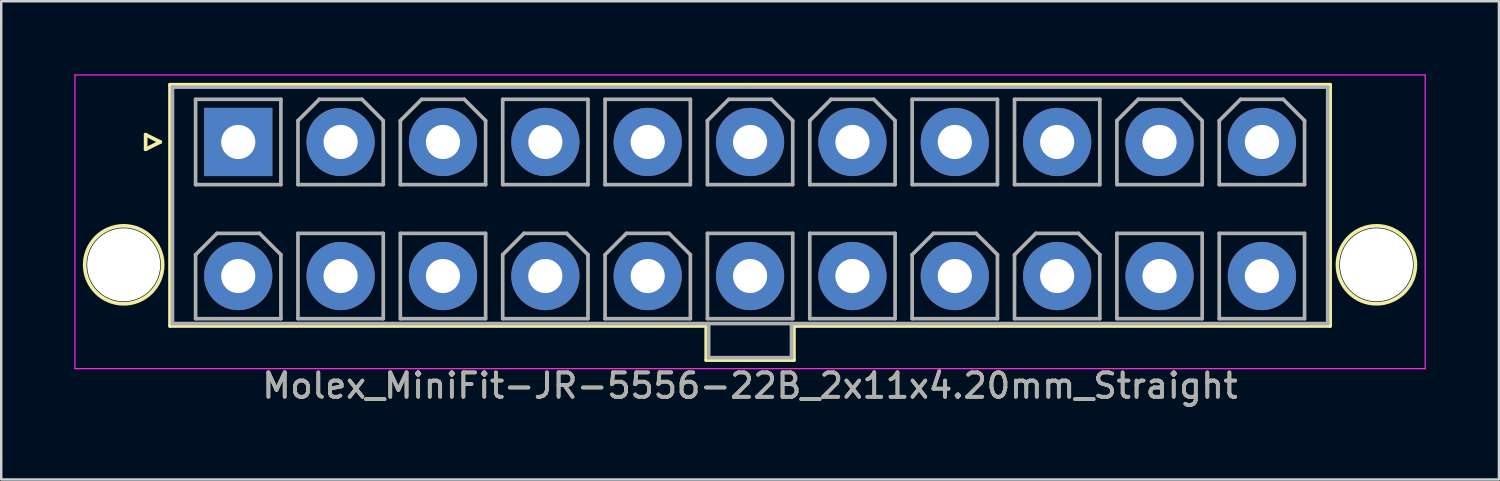
<source format=kicad_pcb>
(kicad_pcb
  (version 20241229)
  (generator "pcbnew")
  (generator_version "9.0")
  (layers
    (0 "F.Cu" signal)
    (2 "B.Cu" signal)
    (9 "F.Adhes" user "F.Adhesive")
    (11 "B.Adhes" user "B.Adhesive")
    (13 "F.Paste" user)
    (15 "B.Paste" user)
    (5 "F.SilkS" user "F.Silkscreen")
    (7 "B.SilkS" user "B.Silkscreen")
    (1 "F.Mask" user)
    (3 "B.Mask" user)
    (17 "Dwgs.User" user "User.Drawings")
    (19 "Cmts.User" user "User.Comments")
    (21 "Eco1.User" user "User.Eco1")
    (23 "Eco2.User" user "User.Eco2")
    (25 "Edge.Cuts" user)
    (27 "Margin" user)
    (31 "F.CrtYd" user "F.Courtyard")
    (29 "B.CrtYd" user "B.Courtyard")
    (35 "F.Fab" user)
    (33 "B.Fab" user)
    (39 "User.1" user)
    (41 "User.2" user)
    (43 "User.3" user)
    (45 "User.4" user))
  (footprint "Molex_MiniFit-JR-5556-22B_2x11x4.20mm_Straight"
    (layer "F.Cu")
    (at 6.725 2.775)
    (property "Reference" "Molex_MiniFit-JR-5556-22B_2x11x4.20mm_Straight" (at 21 10 0) (layer "F.SilkS") (effects (font (size 1 1) (thickness 0.15))))
    (attr through_hole)
    (fp_line (start -3.8 -0.3) (end -3.2 0) (stroke (width 0.15) (type solid)) (layer "F.SilkS"))
    (fp_line (start -3.8 0.3) (end -3.8 -0.3) (stroke (width 0.15) (type solid)) (layer "F.SilkS"))
    (fp_line (start -3.2 0) (end -3.8 0.3) (stroke (width 0.15) (type solid)) (layer "F.SilkS"))
    (fp_line (start -2.8 -2.35) (end -2.8 7.55) (stroke (width 0.15) (type solid)) (layer "F.SilkS"))
    (fp_line (start -2.8 7.55) (end 19.2 7.55) (stroke (width 0.15) (type solid)) (layer "F.SilkS"))
    (fp_line (start 19.2 7.55) (end 19.2 8.95) (stroke (width 0.15) (type solid)) (layer "F.SilkS"))
    (fp_line (start 19.2 8.95) (end 21 8.95) (stroke (width 0.15) (type solid)) (layer "F.SilkS"))
    (fp_line (start 21 -2.35) (end -2.8 -2.35) (stroke (width 0.15) (type solid)) (layer "F.SilkS"))
    (fp_line (start 21 -2.35) (end 44.8 -2.35) (stroke (width 0.15) (type solid)) (layer "F.SilkS"))
    (fp_line (start 22.8 7.55) (end 22.8 8.95) (stroke (width 0.15) (type solid)) (layer "F.SilkS"))
    (fp_line (start 22.8 8.95) (end 21 8.95) (stroke (width 0.15) (type solid)) (layer "F.SilkS"))
    (fp_line (start 44.8 -2.35) (end 44.8 7.55) (stroke (width 0.15) (type solid)) (layer "F.SilkS"))
    (fp_line (start 44.8 7.55) (end 22.8 7.55) (stroke (width 0.15) (type solid)) (layer "F.SilkS"))
    (fp_circle (center -4.7 5.04) (end -3.1 5.04) (stroke (width 0.15) (type solid)) (fill no) (layer "F.SilkS"))
    (fp_circle (center 46.7 5.04) (end 48.3 5.04) (stroke (width 0.15) (type solid)) (fill no) (layer "F.SilkS"))
    (fp_line (start -6.7 -2.75) (end -6.7 9.3) (stroke (width 0.05) (type solid)) (layer "F.CrtYd"))
    (fp_line (start -6.7 9.3) (end 48.7 9.3) (stroke (width 0.05) (type solid)) (layer "F.CrtYd"))
    (fp_line (start 48.7 -2.75) (end -6.7 -2.75) (stroke (width 0.05) (type solid)) (layer "F.CrtYd"))
    (fp_line (start 48.7 9.3) (end 48.7 -2.75) (stroke (width 0.05) (type solid)) (layer "F.CrtYd"))
    (fp_line (start -2.7 -2.25) (end -2.7 7.45) (stroke (width 0.15) (type solid)) (layer "F.Fab"))
    (fp_line (start -2.7 7.45) (end 44.7 7.45) (stroke (width 0.15) (type solid)) (layer "F.Fab"))
    (fp_line (start -1.75 -1.75) (end -1.75 1.75) (stroke (width 0.15) (type solid)) (layer "F.Fab"))
    (fp_line (start -1.75 1.75) (end 1.75 1.75) (stroke (width 0.15) (type solid)) (layer "F.Fab"))
    (fp_line (start -1.75 4.625) (end -0.875 3.75) (stroke (width 0.15) (type solid)) (layer "F.Fab"))
    (fp_line (start -1.75 7.25) (end -1.75 4.625) (stroke (width 0.15) (type solid)) (layer "F.Fab"))
    (fp_line (start -0.875 3.75) (end 0.875 3.75) (stroke (width 0.15) (type solid)) (layer "F.Fab"))
    (fp_line (start 0.875 3.75) (end 1.75 4.625) (stroke (width 0.15) (type solid)) (layer "F.Fab"))
    (fp_line (start 1.75 -1.75) (end -1.75 -1.75) (stroke (width 0.15) (type solid)) (layer "F.Fab"))
    (fp_line (start 1.75 1.75) (end 1.75 -1.75) (stroke (width 0.15) (type solid)) (layer "F.Fab"))
    (fp_line (start 1.75 4.625) (end 1.75 7.25) (stroke (width 0.15) (type solid)) (layer "F.Fab"))
    (fp_line (start 1.75 7.25) (end -1.75 7.25) (stroke (width 0.15) (type solid)) (layer "F.Fab"))
    (fp_line (start 2.45 -0.875) (end 3.325 -1.75) (stroke (width 0.15) (type solid)) (layer "F.Fab"))
    (fp_line (start 2.45 1.75) (end 2.45 -0.875) (stroke (width 0.15) (type solid)) (layer "F.Fab"))
    (fp_line (start 2.45 3.75) (end 2.45 7.25) (stroke (width 0.15) (type solid)) (layer "F.Fab"))
    (fp_line (start 2.45 7.25) (end 5.95 7.25) (stroke (width 0.15) (type solid)) (layer "F.Fab"))
    (fp_line (start 3.325 -1.75) (end 5.075 -1.75) (stroke (width 0.15) (type solid)) (layer "F.Fab"))
    (fp_line (start 5.075 -1.75) (end 5.95 -0.875) (stroke (width 0.15) (type solid)) (layer "F.Fab"))
    (fp_line (start 5.95 -0.875) (end 5.95 1.75) (stroke (width 0.15) (type solid)) (layer "F.Fab"))
    (fp_line (start 5.95 1.75) (end 2.45 1.75) (stroke (width 0.15) (type solid)) (layer "F.Fab"))
    (fp_line (start 5.95 3.75) (end 2.45 3.75) (stroke (width 0.15) (type solid)) (layer "F.Fab"))
    (fp_line (start 5.95 7.25) (end 5.95 3.75) (stroke (width 0.15) (type solid)) (layer "F.Fab"))
    (fp_line (start 6.65 -0.875) (end 7.525 -1.75) (stroke (width 0.15) (type solid)) (layer "F.Fab"))
    (fp_line (start 6.65 1.75) (end 6.65 -0.875) (stroke (width 0.15) (type solid)) (layer "F.Fab"))
    (fp_line (start 6.65 3.75) (end 6.65 7.25) (stroke (width 0.15) (type solid)) (layer "F.Fab"))
    (fp_line (start 6.65 7.25) (end 10.15 7.25) (stroke (width 0.15) (type solid)) (layer "F.Fab"))
    (fp_line (start 7.525 -1.75) (end 9.275 -1.75) (stroke (width 0.15) (type solid)) (layer "F.Fab"))
    (fp_line (start 9.275 -1.75) (end 10.15 -0.875) (stroke (width 0.15) (type solid)) (layer "F.Fab"))
    (fp_line (start 10.15 -0.875) (end 10.15 1.75) (stroke (width 0.15) (type solid)) (layer "F.Fab"))
    (fp_line (start 10.15 1.75) (end 6.65 1.75) (stroke (width 0.15) (type solid)) (layer "F.Fab"))
    (fp_line (start 10.15 3.75) (end 6.65 3.75) (stroke (width 0.15) (type solid)) (layer "F.Fab"))
    (fp_line (start 10.15 7.25) (end 10.15 3.75) (stroke (width 0.15) (type solid)) (layer "F.Fab"))
    (fp_line (start 10.85 -1.75) (end 10.85 1.75) (stroke (width 0.15) (type solid)) (layer "F.Fab"))
    (fp_line (start 10.85 1.75) (end 14.35 1.75) (stroke (width 0.15) (type solid)) (layer "F.Fab"))
    (fp_line (start 10.85 4.625) (end 11.725 3.75) (stroke (width 0.15) (type solid)) (layer "F.Fab"))
    (fp_line (start 10.85 7.25) (end 10.85 4.625) (stroke (width 0.15) (type solid)) (layer "F.Fab"))
    (fp_line (start 11.725 3.75) (end 13.475 3.75) (stroke (width 0.15) (type solid)) (layer "F.Fab"))
    (fp_line (start 13.475 3.75) (end 14.35 4.625) (stroke (width 0.15) (type solid)) (layer "F.Fab"))
    (fp_line (start 14.35 -1.75) (end 10.85 -1.75) (stroke (width 0.15) (type solid)) (layer "F.Fab"))
    (fp_line (start 14.35 1.75) (end 14.35 -1.75) (stroke (width 0.15) (type solid)) (layer "F.Fab"))
    (fp_line (start 14.35 4.625) (end 14.35 7.25) (stroke (width 0.15) (type solid)) (layer "F.Fab"))
    (fp_line (start 14.35 7.25) (end 10.85 7.25) (stroke (width 0.15) (type solid)) (layer "F.Fab"))
    (fp_line (start 15.05 -1.75) (end 15.05 1.75) (stroke (width 0.15) (type solid)) (layer "F.Fab"))
    (fp_line (start 15.05 1.75) (end 18.55 1.75) (stroke (width 0.15) (type solid)) (layer "F.Fab"))
    (fp_line (start 15.05 4.625) (end 15.925 3.75) (stroke (width 0.15) (type solid)) (layer "F.Fab"))
    (fp_line (start 15.05 7.25) (end 15.05 4.625) (stroke (width 0.15) (type solid)) (layer "F.Fab"))
    (fp_line (start 15.925 3.75) (end 17.675 3.75) (stroke (width 0.15) (type solid)) (layer "F.Fab"))
    (fp_line (start 17.675 3.75) (end 18.55 4.625) (stroke (width 0.15) (type solid)) (layer "F.Fab"))
    (fp_line (start 18.55 -1.75) (end 15.05 -1.75) (stroke (width 0.15) (type solid)) (layer "F.Fab"))
    (fp_line (start 18.55 1.75) (end 18.55 -1.75) (stroke (width 0.15) (type solid)) (layer "F.Fab"))
    (fp_line (start 18.55 4.625) (end 18.55 7.25) (stroke (width 0.15) (type solid)) (layer "F.Fab"))
    (fp_line (start 18.55 7.25) (end 15.05 7.25) (stroke (width 0.15) (type solid)) (layer "F.Fab"))
    (fp_line (start 19.25 -0.875) (end 20.125 -1.75) (stroke (width 0.15) (type solid)) (layer "F.Fab"))
    (fp_line (start 19.25 1.75) (end 19.25 -0.875) (stroke (width 0.15) (type solid)) (layer "F.Fab"))
    (fp_line (start 19.25 3.75) (end 19.25 7.25) (stroke (width 0.15) (type solid)) (layer "F.Fab"))
    (fp_line (start 19.25 7.25) (end 22.75 7.25) (stroke (width 0.15) (type solid)) (layer "F.Fab"))
    (fp_line (start 19.3 7.45) (end 19.3 8.85) (stroke (width 0.15) (type solid)) (layer "F.Fab"))
    (fp_line (start 19.3 8.85) (end 22.7 8.85) (stroke (width 0.15) (type solid)) (layer "F.Fab"))
    (fp_line (start 20.125 -1.75) (end 21.875 -1.75) (stroke (width 0.15) (type solid)) (layer "F.Fab"))
    (fp_line (start 21.875 -1.75) (end 22.75 -0.875) (stroke (width 0.15) (type solid)) (layer "F.Fab"))
    (fp_line (start 22.7 8.85) (end 22.7 7.45) (stroke (width 0.15) (type solid)) (layer "F.Fab"))
    (fp_line (start 22.75 -0.875) (end 22.75 1.75) (stroke (width 0.15) (type solid)) (layer "F.Fab"))
    (fp_line (start 22.75 1.75) (end 19.25 1.75) (stroke (width 0.15) (type solid)) (layer "F.Fab"))
    (fp_line (start 22.75 3.75) (end 19.25 3.75) (stroke (width 0.15) (type solid)) (layer "F.Fab"))
    (fp_line (start 22.75 7.25) (end 22.75 3.75) (stroke (width 0.15) (type solid)) (layer "F.Fab"))
    (fp_line (start 23.45 -0.875) (end 24.325 -1.75) (stroke (width 0.15) (type solid)) (layer "F.Fab"))
    (fp_line (start 23.45 1.75) (end 23.45 -0.875) (stroke (width 0.15) (type solid)) (layer "F.Fab"))
    (fp_line (start 23.45 3.75) (end 23.45 7.25) (stroke (width 0.15) (type solid)) (layer "F.Fab"))
    (fp_line (start 23.45 7.25) (end 26.95 7.25) (stroke (width 0.15) (type solid)) (layer "F.Fab"))
    (fp_line (start 24.325 -1.75) (end 26.075 -1.75) (stroke (width 0.15) (type solid)) (layer "F.Fab"))
    (fp_line (start 26.075 -1.75) (end 26.95 -0.875) (stroke (width 0.15) (type solid)) (layer "F.Fab"))
    (fp_line (start 26.95 -0.875) (end 26.95 1.75) (stroke (width 0.15) (type solid)) (layer "F.Fab"))
    (fp_line (start 26.95 1.75) (end 23.45 1.75) (stroke (width 0.15) (type solid)) (layer "F.Fab"))
    (fp_line (start 26.95 3.75) (end 23.45 3.75) (stroke (width 0.15) (type solid)) (layer "F.Fab"))
    (fp_line (start 26.95 7.25) (end 26.95 3.75) (stroke (width 0.15) (type solid)) (layer "F.Fab"))
    (fp_line (start 27.65 -1.75) (end 27.65 1.75) (stroke (width 0.15) (type solid)) (layer "F.Fab"))
    (fp_line (start 27.65 1.75) (end 31.15 1.75) (stroke (width 0.15) (type solid)) (layer "F.Fab"))
    (fp_line (start 27.65 4.625) (end 28.525 3.75) (stroke (width 0.15) (type solid)) (layer "F.Fab"))
    (fp_line (start 27.65 7.25) (end 27.65 4.625) (stroke (width 0.15) (type solid)) (layer "F.Fab"))
    (fp_line (start 28.525 3.75) (end 30.275 3.75) (stroke (width 0.15) (type solid)) (layer "F.Fab"))
    (fp_line (start 30.275 3.75) (end 31.15 4.625) (stroke (width 0.15) (type solid)) (layer "F.Fab"))
    (fp_line (start 31.15 -1.75) (end 27.65 -1.75) (stroke (width 0.15) (type solid)) (layer "F.Fab"))
    (fp_line (start 31.15 1.75) (end 31.15 -1.75) (stroke (width 0.15) (type solid)) (layer "F.Fab"))
    (fp_line (start 31.15 4.625) (end 31.15 7.25) (stroke (width 0.15) (type solid)) (layer "F.Fab"))
    (fp_line (start 31.15 7.25) (end 27.65 7.25) (stroke (width 0.15) (type solid)) (layer "F.Fab"))
    (fp_line (start 31.85 -1.75) (end 31.85 1.75) (stroke (width 0.15) (type solid)) (layer "F.Fab"))
    (fp_line (start 31.85 1.75) (end 35.35 1.75) (stroke (width 0.15) (type solid)) (layer "F.Fab"))
    (fp_line (start 31.85 4.625) (end 32.725 3.75) (stroke (width 0.15) (type solid)) (layer "F.Fab"))
    (fp_line (start 31.85 7.25) (end 31.85 4.625) (stroke (width 0.15) (type solid)) (layer "F.Fab"))
    (fp_line (start 32.725 3.75) (end 34.475 3.75) (stroke (width 0.15) (type solid)) (layer "F.Fab"))
    (fp_line (start 34.475 3.75) (end 35.35 4.625) (stroke (width 0.15) (type solid)) (layer "F.Fab"))
    (fp_line (start 35.35 -1.75) (end 31.85 -1.75) (stroke (width 0.15) (type solid)) (layer "F.Fab"))
    (fp_line (start 35.35 1.75) (end 35.35 -1.75) (stroke (width 0.15) (type solid)) (layer "F.Fab"))
    (fp_line (start 35.35 4.625) (end 35.35 7.25) (stroke (width 0.15) (type solid)) (layer "F.Fab"))
    (fp_line (start 35.35 7.25) (end 31.85 7.25) (stroke (width 0.15) (type solid)) (layer "F.Fab"))
    (fp_line (start 36.05 -0.875) (end 36.925 -1.75) (stroke (width 0.15) (type solid)) (layer "F.Fab"))
    (fp_line (start 36.05 1.75) (end 36.05 -0.875) (stroke (width 0.15) (type solid)) (layer "F.Fab"))
    (fp_line (start 36.05 3.75) (end 36.05 7.25) (stroke (width 0.15) (type solid)) (layer "F.Fab"))
    (fp_line (start 36.05 7.25) (end 39.55 7.25) (stroke (width 0.15) (type solid)) (layer "F.Fab"))
    (fp_line (start 36.925 -1.75) (end 38.675 -1.75) (stroke (width 0.15) (type solid)) (layer "F.Fab"))
    (fp_line (start 38.675 -1.75) (end 39.55 -0.875) (stroke (width 0.15) (type solid)) (layer "F.Fab"))
    (fp_line (start 39.55 -0.875) (end 39.55 1.75) (stroke (width 0.15) (type solid)) (layer "F.Fab"))
    (fp_line (start 39.55 1.75) (end 36.05 1.75) (stroke (width 0.15) (type solid)) (layer "F.Fab"))
    (fp_line (start 39.55 3.75) (end 36.05 3.75) (stroke (width 0.15) (type solid)) (layer "F.Fab"))
    (fp_line (start 39.55 7.25) (end 39.55 3.75) (stroke (width 0.15) (type solid)) (layer "F.Fab"))
    (fp_line (start 40.25 -0.875) (end 41.125 -1.75) (stroke (width 0.15) (type solid)) (layer "F.Fab"))
    (fp_line (start 40.25 1.75) (end 40.25 -0.875) (stroke (width 0.15) (type solid)) (layer "F.Fab"))
    (fp_line (start 40.25 3.75) (end 40.25 7.25) (stroke (width 0.15) (type solid)) (layer "F.Fab"))
    (fp_line (start 40.25 7.25) (end 43.75 7.25) (stroke (width 0.15) (type solid)) (layer "F.Fab"))
    (fp_line (start 41.125 -1.75) (end 42.875 -1.75) (stroke (width 0.15) (type solid)) (layer "F.Fab"))
    (fp_line (start 42.875 -1.75) (end 43.75 -0.875) (stroke (width 0.15) (type solid)) (layer "F.Fab"))
    (fp_line (start 43.75 -0.875) (end 43.75 1.75) (stroke (width 0.15) (type solid)) (layer "F.Fab"))
    (fp_line (start 43.75 1.75) (end 40.25 1.75) (stroke (width 0.15) (type solid)) (layer "F.Fab"))
    (fp_line (start 43.75 3.75) (end 40.25 3.75) (stroke (width 0.15) (type solid)) (layer "F.Fab"))
    (fp_line (start 43.75 7.25) (end 43.75 3.75) (stroke (width 0.15) (type solid)) (layer "F.Fab"))
    (fp_line (start 44.7 -2.25) (end -2.7 -2.25) (stroke (width 0.15) (type solid)) (layer "F.Fab"))
    (fp_line (start 44.7 7.45) (end 44.7 -2.25) (stroke (width 0.15) (type solid)) (layer "F.Fab"))
    (fp_text user "${REFERENCE}" (at 21 10 0) (layer "F.Fab") (effects (font (size 1 1) (thickness 0.15))))
    (pad "" np_thru_hole circle (at -4.7 5.04) (size 3 3) (drill 3) (layers "*.Cu"))
    (pad "" np_thru_hole circle (at 46.7 5.04) (size 3 3) (drill 3) (layers "*.Cu"))
    (pad "1" thru_hole rect (at 0 0) (size 2.8 2.8) (drill 1.4) (layers "*.Cu" "*.Mask"))
    (pad "2" thru_hole circle (at 4.2 0) (size 2.8 2.8) (drill 1.4) (layers "*.Cu" "*.Mask"))
    (pad "3" thru_hole circle (at 8.4 0) (size 2.8 2.8) (drill 1.4) (layers "*.Cu" "*.Mask"))
    (pad "4" thru_hole circle (at 12.6 0) (size 2.8 2.8) (drill 1.4) (layers "*.Cu" "*.Mask"))
    (pad "5" thru_hole circle (at 16.8 0) (size 2.8 2.8) (drill 1.4) (layers "*.Cu" "*.Mask"))
    (pad "6" thru_hole circle (at 21 0) (size 2.8 2.8) (drill 1.4) (layers "*.Cu" "*.Mask"))
    (pad "7" thru_hole circle (at 25.2 0) (size 2.8 2.8) (drill 1.4) (layers "*.Cu" "*.Mask"))
    (pad "8" thru_hole circle (at 29.4 0) (size 2.8 2.8) (drill 1.4) (layers "*.Cu" "*.Mask"))
    (pad "9" thru_hole circle (at 33.6 0) (size 2.8 2.8) (drill 1.4) (layers "*.Cu" "*.Mask"))
    (pad "10" thru_hole circle (at 37.8 0) (size 2.8 2.8) (drill 1.4) (layers "*.Cu" "*.Mask"))
    (pad "11" thru_hole circle (at 42 0) (size 2.8 2.8) (drill 1.4) (layers "*.Cu" "*.Mask"))
    (pad "12" thru_hole circle (at 0 5.5) (size 2.8 2.8) (drill 1.4) (layers "*.Cu" "*.Mask"))
    (pad "13" thru_hole circle (at 4.2 5.5) (size 2.8 2.8) (drill 1.4) (layers "*.Cu" "*.Mask"))
    (pad "14" thru_hole circle (at 8.4 5.5) (size 2.8 2.8) (drill 1.4) (layers "*.Cu" "*.Mask"))
    (pad "15" thru_hole circle (at 12.6 5.5) (size 2.8 2.8) (drill 1.4) (layers "*.Cu" "*.Mask"))
    (pad "16" thru_hole circle (at 16.8 5.5) (size 2.8 2.8) (drill 1.4) (layers "*.Cu" "*.Mask"))
    (pad "17" thru_hole circle (at 21 5.5) (size 2.8 2.8) (drill 1.4) (layers "*.Cu" "*.Mask"))
    (pad "18" thru_hole circle (at 25.2 5.5) (size 2.8 2.8) (drill 1.4) (layers "*.Cu" "*.Mask"))
    (pad "19" thru_hole circle (at 29.4 5.5) (size 2.8 2.8) (drill 1.4) (layers "*.Cu" "*.Mask"))
    (pad "20" thru_hole circle (at 33.6 5.5) (size 2.8 2.8) (drill 1.4) (layers "*.Cu" "*.Mask"))
    (pad "21" thru_hole circle (at 37.8 5.5) (size 2.8 2.8) (drill 1.4) (layers "*.Cu" "*.Mask"))
    (pad "22" thru_hole circle (at 42 5.5) (size 2.8 2.8) (drill 1.4) (layers "*.Cu" "*.Mask")))
  (gr_rect
    (start -3 -3)
    (end 58.45 16.623)
    (stroke (width 0.1) (type default))
    (fill no)
    (layer "Edge.Cuts")))
</source>
